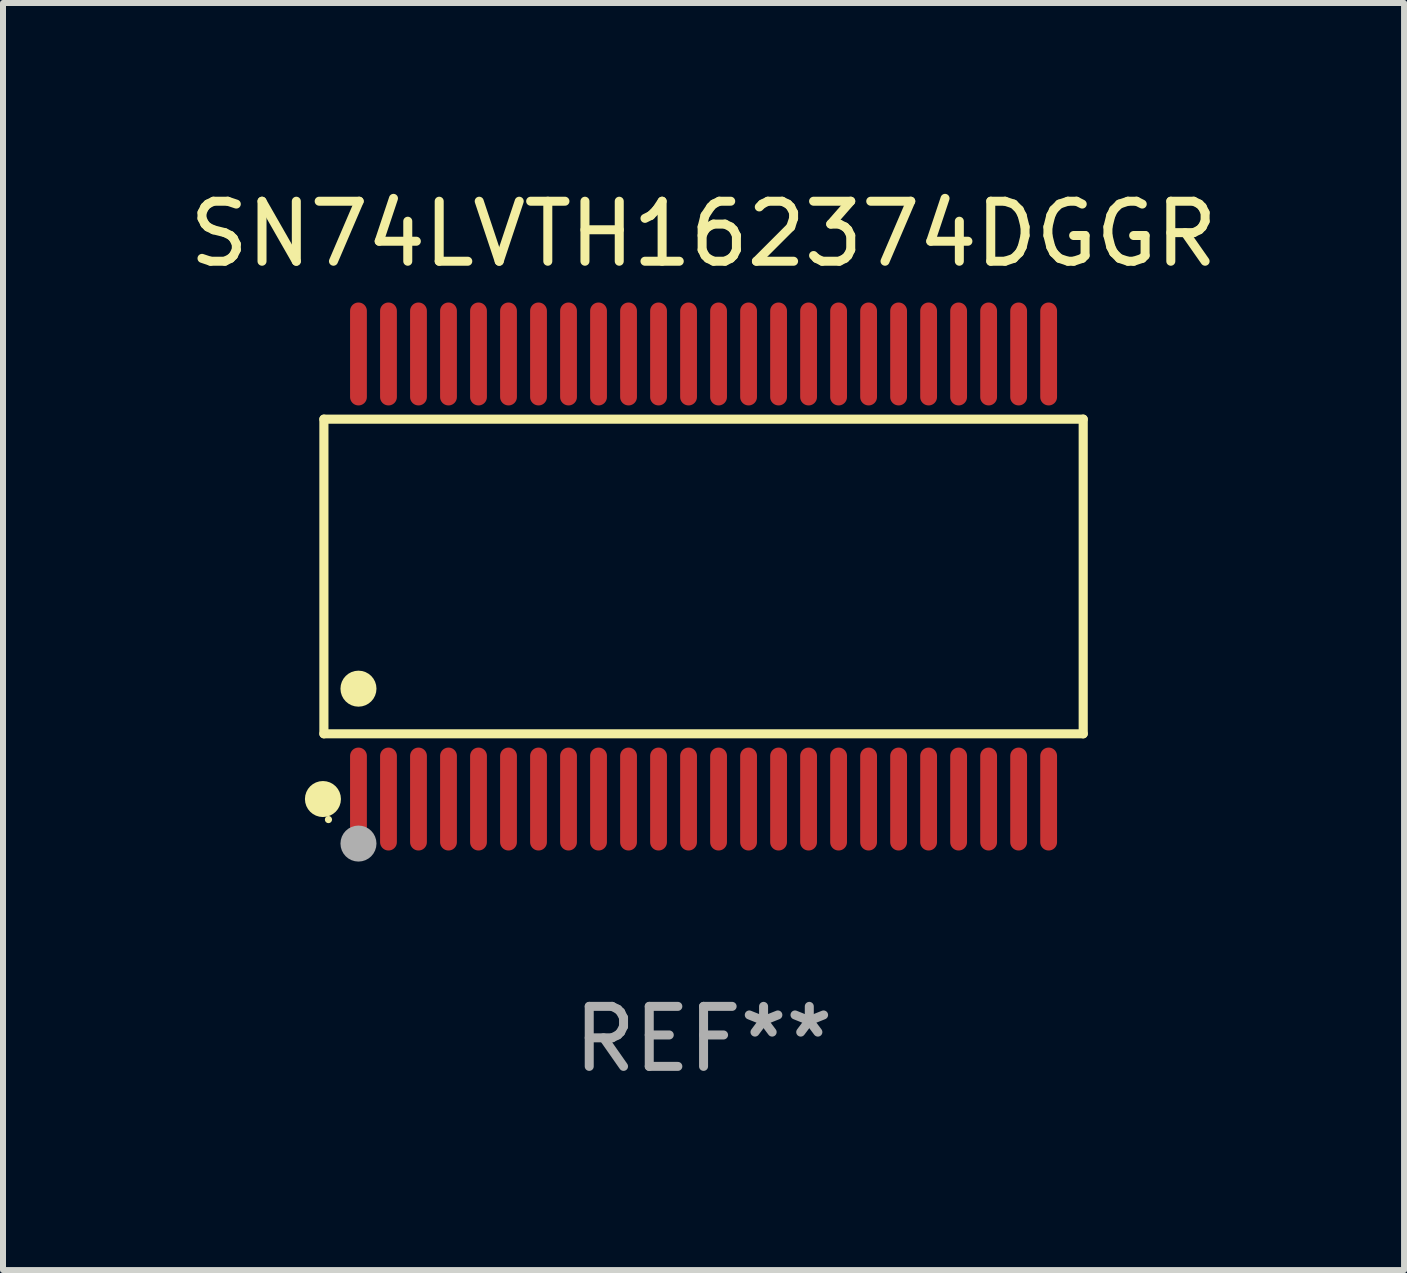
<source format=kicad_pcb>
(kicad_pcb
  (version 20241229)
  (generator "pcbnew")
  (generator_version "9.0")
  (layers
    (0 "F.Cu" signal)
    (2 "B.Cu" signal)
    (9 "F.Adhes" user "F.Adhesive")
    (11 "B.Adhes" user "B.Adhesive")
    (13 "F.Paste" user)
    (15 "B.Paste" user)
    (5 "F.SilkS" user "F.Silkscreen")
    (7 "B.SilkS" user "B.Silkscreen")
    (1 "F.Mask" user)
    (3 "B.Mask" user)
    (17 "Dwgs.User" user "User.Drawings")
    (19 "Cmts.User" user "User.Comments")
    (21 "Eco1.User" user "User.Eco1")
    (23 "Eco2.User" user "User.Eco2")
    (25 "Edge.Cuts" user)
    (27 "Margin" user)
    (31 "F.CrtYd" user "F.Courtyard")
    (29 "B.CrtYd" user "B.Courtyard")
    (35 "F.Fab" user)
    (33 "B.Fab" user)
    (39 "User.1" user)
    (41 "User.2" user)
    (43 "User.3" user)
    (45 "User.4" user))
  (footprint "SN74LVTH162374DGGR"
    (layer "F.Cu")
    (at 8.673 6.556)
    (property "Reference" "SN74LVTH162374DGGR" (at 0 -5.708 0) (layer "F.SilkS") (effects (font (size 1 1) (thickness 0.15))))
    (attr through_hole)
    (fp_line (start -6.326 -2.622) (end 6.326 -2.622) (stroke (width 0.152) (type solid)) (layer "F.SilkS"))
    (fp_line (start -6.326 2.621) (end -6.326 -2.622) (stroke (width 0.152) (type solid)) (layer "F.SilkS"))
    (fp_line (start 6.326 -2.622) (end 6.326 2.621) (stroke (width 0.152) (type solid)) (layer "F.SilkS"))
    (fp_line (start 6.326 2.621) (end -6.326 2.621) (stroke (width 0.152) (type solid)) (layer "F.SilkS"))
    (fp_circle (center -6.342 3.708) (end -6.192 3.708) (stroke (width 0.3) (type solid)) (fill no) (layer "F.SilkS"))
    (fp_circle (center -6.25 4.05) (end -6.22 4.05) (stroke (width 0.06) (type solid)) (fill no) (layer "F.SilkS"))
    (fp_circle (center -5.75 1.869) (end -5.6 1.869) (stroke (width 0.3) (type solid)) (fill no) (layer "F.SilkS"))
    (fp_circle (center -5.75 4.45) (end -5.6 4.45) (stroke (width 0.3) (type solid)) (fill no) (layer "F.Fab"))
    (fp_text user "REF**" (at 0 7.708 0) (layer "F.Fab") (effects (font (size 1 1) (thickness 0.15))))
    (pad "1" smd oval (at -5.75 3.708) (size 0.28 1.715) (layers "F.Cu" "F.Mask" "F.Paste"))
    (pad "2" smd oval (at -5.25 3.708) (size 0.28 1.715) (layers "F.Cu" "F.Mask" "F.Paste"))
    (pad "3" smd oval (at -4.75 3.708) (size 0.28 1.715) (layers "F.Cu" "F.Mask" "F.Paste"))
    (pad "4" smd oval (at -4.25 3.708) (size 0.28 1.715) (layers "F.Cu" "F.Mask" "F.Paste"))
    (pad "5" smd oval (at -3.75 3.708) (size 0.28 1.715) (layers "F.Cu" "F.Mask" "F.Paste"))
    (pad "6" smd oval (at -3.25 3.708) (size 0.28 1.715) (layers "F.Cu" "F.Mask" "F.Paste"))
    (pad "7" smd oval (at -2.75 3.708) (size 0.28 1.715) (layers "F.Cu" "F.Mask" "F.Paste"))
    (pad "8" smd oval (at -2.25 3.708) (size 0.28 1.715) (layers "F.Cu" "F.Mask" "F.Paste"))
    (pad "9" smd oval (at -1.75 3.708) (size 0.28 1.715) (layers "F.Cu" "F.Mask" "F.Paste"))
    (pad "10" smd oval (at -1.25 3.708) (size 0.28 1.715) (layers "F.Cu" "F.Mask" "F.Paste"))
    (pad "11" smd oval (at -0.75 3.708) (size 0.28 1.715) (layers "F.Cu" "F.Mask" "F.Paste"))
    (pad "12" smd oval (at -0.25 3.708) (size 0.28 1.715) (layers "F.Cu" "F.Mask" "F.Paste"))
    (pad "13" smd oval (at 0.25 3.708) (size 0.28 1.715) (layers "F.Cu" "F.Mask" "F.Paste"))
    (pad "14" smd oval (at 0.75 3.708) (size 0.28 1.715) (layers "F.Cu" "F.Mask" "F.Paste"))
    (pad "15" smd oval (at 1.25 3.708) (size 0.28 1.715) (layers "F.Cu" "F.Mask" "F.Paste"))
    (pad "16" smd oval (at 1.75 3.708) (size 0.28 1.715) (layers "F.Cu" "F.Mask" "F.Paste"))
    (pad "17" smd oval (at 2.25 3.708) (size 0.28 1.715) (layers "F.Cu" "F.Mask" "F.Paste"))
    (pad "18" smd oval (at 2.75 3.708) (size 0.28 1.715) (layers "F.Cu" "F.Mask" "F.Paste"))
    (pad "19" smd oval (at 3.25 3.708) (size 0.28 1.715) (layers "F.Cu" "F.Mask" "F.Paste"))
    (pad "20" smd oval (at 3.75 3.708) (size 0.28 1.715) (layers "F.Cu" "F.Mask" "F.Paste"))
    (pad "21" smd oval (at 4.25 3.708) (size 0.28 1.715) (layers "F.Cu" "F.Mask" "F.Paste"))
    (pad "22" smd oval (at 4.75 3.708) (size 0.28 1.715) (layers "F.Cu" "F.Mask" "F.Paste"))
    (pad "23" smd oval (at 5.25 3.708) (size 0.28 1.715) (layers "F.Cu" "F.Mask" "F.Paste"))
    (pad "24" smd oval (at 5.75 3.708) (size 0.28 1.715) (layers "F.Cu" "F.Mask" "F.Paste"))
    (pad "25" smd oval (at 5.75 -3.708) (size 0.28 1.715) (layers "F.Cu" "F.Mask" "F.Paste"))
    (pad "26" smd oval (at 5.25 -3.708) (size 0.28 1.715) (layers "F.Cu" "F.Mask" "F.Paste"))
    (pad "27" smd oval (at 4.75 -3.708) (size 0.28 1.715) (layers "F.Cu" "F.Mask" "F.Paste"))
    (pad "28" smd oval (at 4.25 -3.708) (size 0.28 1.715) (layers "F.Cu" "F.Mask" "F.Paste"))
    (pad "29" smd oval (at 3.75 -3.708) (size 0.28 1.715) (layers "F.Cu" "F.Mask" "F.Paste"))
    (pad "30" smd oval (at 3.25 -3.708) (size 0.28 1.715) (layers "F.Cu" "F.Mask" "F.Paste"))
    (pad "31" smd oval (at 2.75 -3.708) (size 0.28 1.715) (layers "F.Cu" "F.Mask" "F.Paste"))
    (pad "32" smd oval (at 2.25 -3.708) (size 0.28 1.715) (layers "F.Cu" "F.Mask" "F.Paste"))
    (pad "33" smd oval (at 1.75 -3.708) (size 0.28 1.715) (layers "F.Cu" "F.Mask" "F.Paste"))
    (pad "34" smd oval (at 1.25 -3.708) (size 0.28 1.715) (layers "F.Cu" "F.Mask" "F.Paste"))
    (pad "35" smd oval (at 0.75 -3.708) (size 0.28 1.715) (layers "F.Cu" "F.Mask" "F.Paste"))
    (pad "36" smd oval (at 0.25 -3.708) (size 0.28 1.715) (layers "F.Cu" "F.Mask" "F.Paste"))
    (pad "37" smd oval (at -0.25 -3.708) (size 0.28 1.715) (layers "F.Cu" "F.Mask" "F.Paste"))
    (pad "38" smd oval (at -0.75 -3.708) (size 0.28 1.715) (layers "F.Cu" "F.Mask" "F.Paste"))
    (pad "39" smd oval (at -1.25 -3.708) (size 0.28 1.715) (layers "F.Cu" "F.Mask" "F.Paste"))
    (pad "40" smd oval (at -1.75 -3.708) (size 0.28 1.715) (layers "F.Cu" "F.Mask" "F.Paste"))
    (pad "41" smd oval (at -2.25 -3.708) (size 0.28 1.715) (layers "F.Cu" "F.Mask" "F.Paste"))
    (pad "42" smd oval (at -2.75 -3.708) (size 0.28 1.715) (layers "F.Cu" "F.Mask" "F.Paste"))
    (pad "43" smd oval (at -3.25 -3.708) (size 0.28 1.715) (layers "F.Cu" "F.Mask" "F.Paste"))
    (pad "44" smd oval (at -3.75 -3.708) (size 0.28 1.715) (layers "F.Cu" "F.Mask" "F.Paste"))
    (pad "45" smd oval (at -4.25 -3.708) (size 0.28 1.715) (layers "F.Cu" "F.Mask" "F.Paste"))
    (pad "46" smd oval (at -4.75 -3.708) (size 0.28 1.715) (layers "F.Cu" "F.Mask" "F.Paste"))
    (pad "47" smd oval (at -5.25 -3.708) (size 0.28 1.715) (layers "F.Cu" "F.Mask" "F.Paste"))
    (pad "48" smd oval (at -5.75 -3.708) (size 0.28 1.715) (layers "F.Cu" "F.Mask" "F.Paste")))
  (gr_rect
    (start -3 -3)
    (end 20.345 18.112)
    (stroke (width 0.1) (type default))
    (fill no)
    (layer "Edge.Cuts")))
</source>
